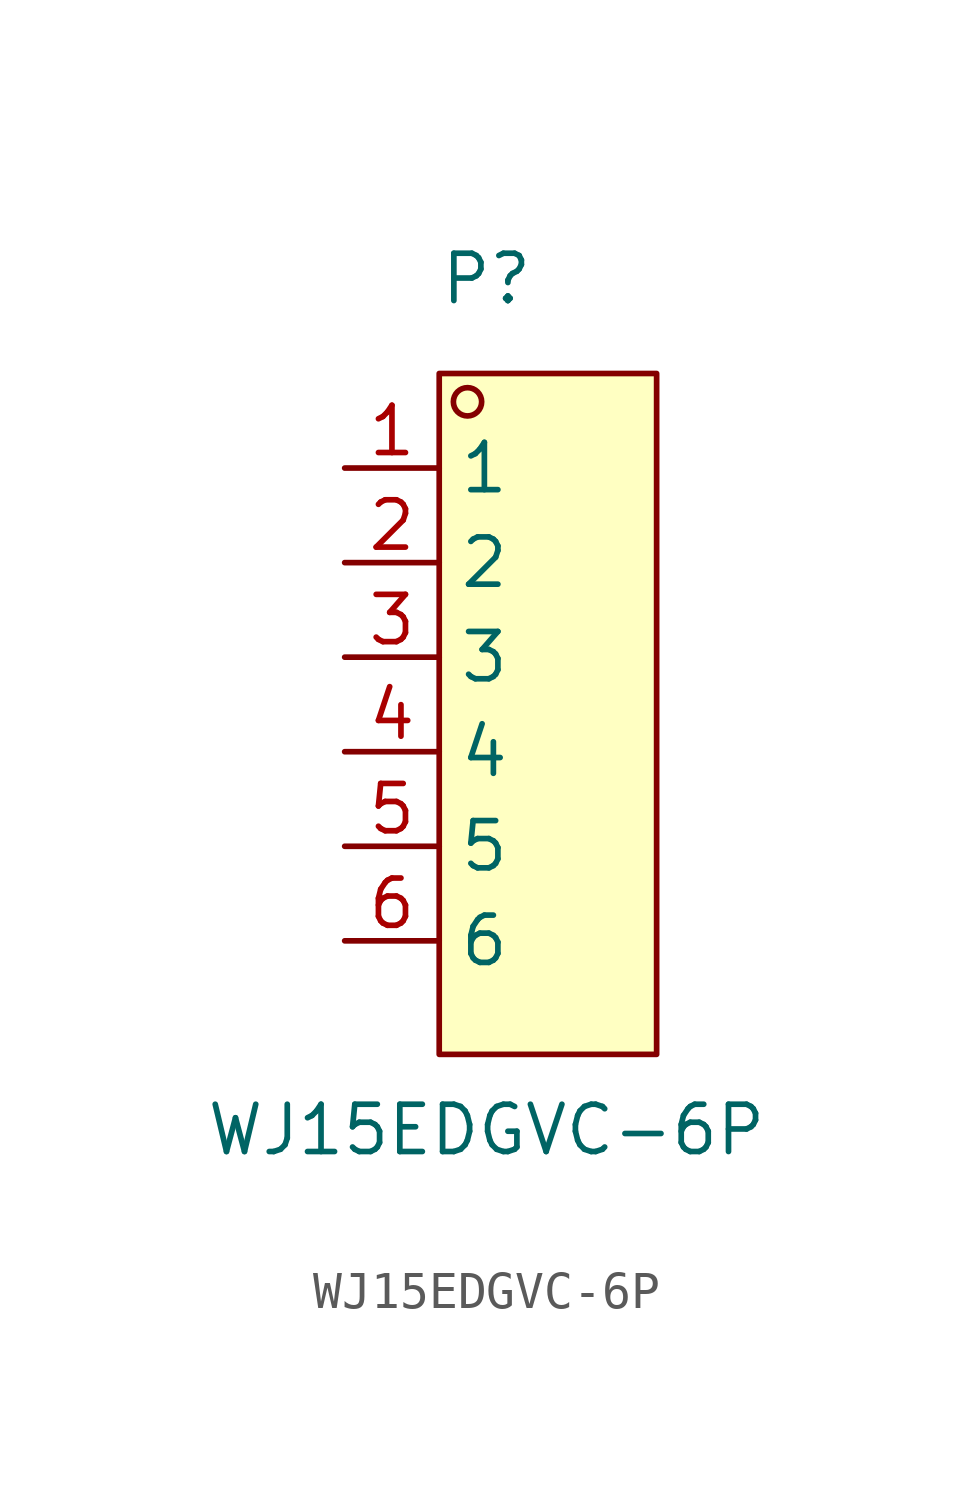
<source format=kicad_sym>
(kicad_symbol_lib
  (version 20211014)
  (generator https://github.com/uPesy/easyeda2kicad.py)
  (symbol "WJ15EDGVC-6P"
    (property "Reference" "P"
      (at 0 11.43 0)
      (effects (font (size 1.27 1.27))))
    (property "Value" "WJ15EDGVC-6P"
      (at 0 -11.43 0)
      (effects (font (size 1.27 1.27))))
    (symbol "WJ15EDGVC-6P_0_1"
      (rectangle (start -1.27 8.89) (end 4.57 -9.40) (stroke (width 0) (type default) (color 0 0 0 0)) (fill (type background)))
      (circle (center -0.51 8.13) (radius 0.38) (stroke (width 0) (type default) (color 0 0 0 0)) (fill (type none)))
      (pin unspecified line (at -3.81 6.35 0) (length 2.54) (name "1" (effects (font (size 1.27 1.27)))) (number "1" (effects (font (size 1.27 1.27)))))
      (pin unspecified line (at -3.81 3.81 0) (length 2.54) (name "2" (effects (font (size 1.27 1.27)))) (number "2" (effects (font (size 1.27 1.27)))))
      (pin unspecified line (at -3.81 1.27 0) (length 2.54) (name "3" (effects (font (size 1.27 1.27)))) (number "3" (effects (font (size 1.27 1.27)))))
      (pin unspecified line (at -3.81 -1.27 0) (length 2.54) (name "4" (effects (font (size 1.27 1.27)))) (number "4" (effects (font (size 1.27 1.27)))))
      (pin unspecified line (at -3.81 -3.81 0) (length 2.54) (name "5" (effects (font (size 1.27 1.27)))) (number "5" (effects (font (size 1.27 1.27)))))
      (pin unspecified line (at -3.81 -6.35 0) (length 2.54) (name "6" (effects (font (size 1.27 1.27)))) (number "6" (effects (font (size 1.27 1.27))))))))
</source>
